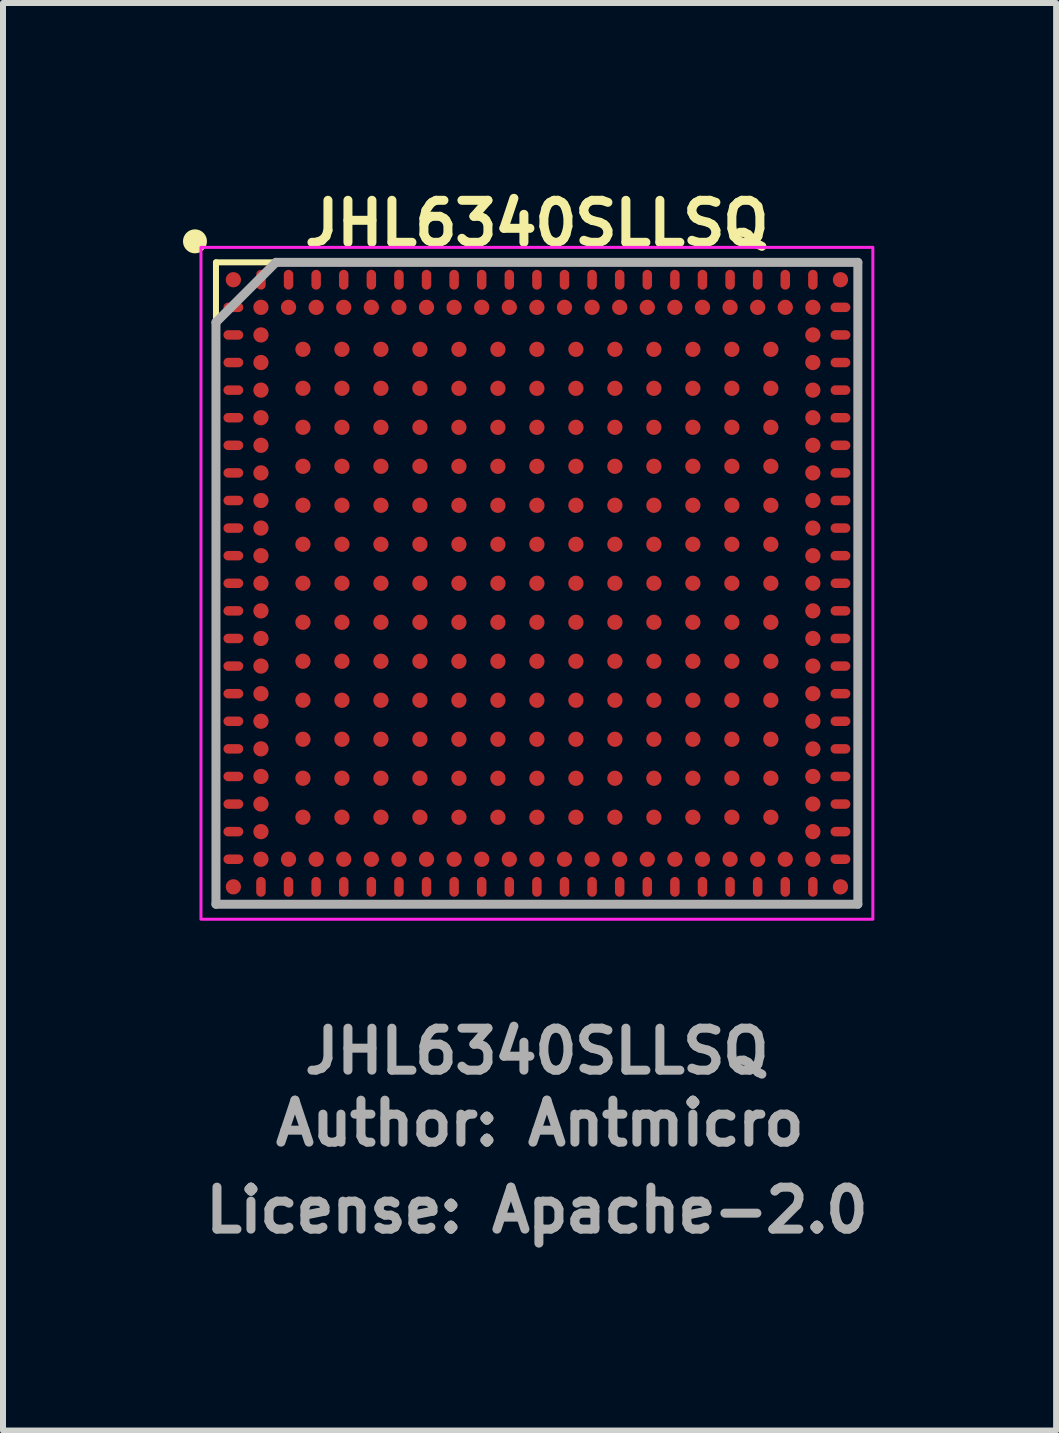
<source format=kicad_pcb>
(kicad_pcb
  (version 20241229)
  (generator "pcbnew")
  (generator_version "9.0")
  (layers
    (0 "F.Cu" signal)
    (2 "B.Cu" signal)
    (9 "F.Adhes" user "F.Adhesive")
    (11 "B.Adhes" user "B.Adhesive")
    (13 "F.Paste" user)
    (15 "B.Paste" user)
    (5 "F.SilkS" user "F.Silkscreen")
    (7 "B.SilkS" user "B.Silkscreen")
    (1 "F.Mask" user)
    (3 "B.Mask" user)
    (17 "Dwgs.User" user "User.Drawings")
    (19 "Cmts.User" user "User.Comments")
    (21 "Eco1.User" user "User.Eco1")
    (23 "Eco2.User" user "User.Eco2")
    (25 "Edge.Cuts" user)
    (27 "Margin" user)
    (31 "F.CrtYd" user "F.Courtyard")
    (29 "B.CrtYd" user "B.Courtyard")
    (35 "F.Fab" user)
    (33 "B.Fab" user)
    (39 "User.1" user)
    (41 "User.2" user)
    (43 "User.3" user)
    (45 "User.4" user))
  (footprint "JHL6340SLLSQ"
    (layer "F.Cu")
    (at 5.9 6.673)
    (property "Reference" "JHL6340SLLSQ" (at 0 -6 0) (unlocked yes) (layer "F.SilkS") (effects (font (size 0.7 0.7) (thickness 0.15))))
    (attr smd)
    (fp_line (start -5.35 5.35) (end -5.35 -5.35) (stroke (width 0.1) (type solid)) (layer "F.SilkS"))
    (fp_line (start -5.35 5.35) (end 5.35 5.35) (stroke (width 0.1) (type solid)) (layer "F.SilkS"))
    (fp_line (start 5.35 -5.35) (end -5.35 -5.35) (stroke (width 0.1) (type solid)) (layer "F.SilkS"))
    (fp_line (start 5.35 -5.35) (end 5.35 5.35) (stroke (width 0.1) (type solid)) (layer "F.SilkS"))
    (fp_circle (center -5.7 -5.7) (end -5.6 -5.7) (stroke (width 0.2) (type solid)) (fill no) (layer "F.SilkS"))
    (fp_rect (start -5.6 -5.6) (end 5.6 5.6) (stroke (width 0.05) (type solid)) (fill no) (layer "F.CrtYd"))
    (fp_line (start -5.35 5.35) (end -5.35 -4.35) (stroke (width 0.15) (type solid)) (layer "F.Fab"))
    (fp_line (start -4.35 -5.35) (end -5.35 -4.35) (stroke (width 0.15) (type solid)) (layer "F.Fab"))
    (fp_line (start -4.35 -5.35) (end 5.35 -5.35) (stroke (width 0.15) (type solid)) (layer "F.Fab"))
    (fp_line (start 5.35 -5.35) (end 5.35 5.35) (stroke (width 0.15) (type solid)) (layer "F.Fab"))
    (fp_line (start 5.35 5.35) (end -5.35 5.35) (stroke (width 0.15) (type solid)) (layer "F.Fab"))
    (fp_rect (start -5.35 -5.35) (end 5.35 5.35) (stroke (width 0.15) (type solid)) (fill no) (layer "User.5"))
    (fp_line (start -5.35 -5.35) (end 5.35 -5.35) (stroke (width 0.1) (type solid)) (layer "User.9"))
    (fp_line (start -5.35 5.35) (end -5.35 -5.35) (stroke (width 0.1) (type solid)) (layer "User.9"))
    (fp_line (start 5.35 -5.35) (end 5.35 5.35) (stroke (width 0.1) (type solid)) (layer "User.9"))
    (fp_line (start 5.35 5.35) (end -5.35 5.35) (stroke (width 0.1) (type solid)) (layer "User.9"))
    (fp_text user "${REFERENCE}" (at 0 7.8 0) (unlocked yes) (layer "F.Fab") (effects (font (size 0.7 0.7) (thickness 0.15))))
    (fp_text user "Author: Antmicro" (at 0.05 9 0) (layer "F.Fab") (effects (font (size 0.7 0.7) (thickness 0.15))))
    (fp_text user "License: Apache-2.0" (at 0 10.45 0) (layer "F.Fab") (effects (font (size 0.7 0.7) (thickness 0.15))))
    (pad "A1" smd circle (at -5.06 -5.06) (size 0.254 0.254) (layers "F.Cu" "F.Mask" "F.Paste"))
    (pad "A2" smd oval (at -4.6 -5.06) (size 0.158 0.33) (layers "F.Cu" "F.Mask" "F.Paste"))
    (pad "A3" smd oval (at -4.14 -5.06) (size 0.158 0.33) (layers "F.Cu" "F.Mask" "F.Paste"))
    (pad "A4" smd oval (at -3.68 -5.06) (size 0.158 0.33) (layers "F.Cu" "F.Mask" "F.Paste"))
    (pad "A5" smd oval (at -3.22 -5.06) (size 0.158 0.33) (layers "F.Cu" "F.Mask" "F.Paste"))
    (pad "A6" smd oval (at -2.76 -5.06) (size 0.158 0.33) (layers "F.Cu" "F.Mask" "F.Paste"))
    (pad "A7" smd oval (at -2.3 -5.06) (size 0.158 0.33) (layers "F.Cu" "F.Mask" "F.Paste"))
    (pad "A8" smd oval (at -1.84 -5.06) (size 0.158 0.33) (layers "F.Cu" "F.Mask" "F.Paste"))
    (pad "A9" smd oval (at -1.38 -5.06) (size 0.158 0.33) (layers "F.Cu" "F.Mask" "F.Paste"))
    (pad "A10" smd oval (at -0.92 -5.06) (size 0.158 0.33) (layers "F.Cu" "F.Mask" "F.Paste"))
    (pad "A11" smd oval (at -0.46 -5.06) (size 0.158 0.33) (layers "F.Cu" "F.Mask" "F.Paste"))
    (pad "A12" smd oval (at 0 -5.06) (size 0.158 0.33) (layers "F.Cu" "F.Mask" "F.Paste"))
    (pad "A13" smd oval (at 0.46 -5.06) (size 0.158 0.33) (layers "F.Cu" "F.Mask" "F.Paste"))
    (pad "A14" smd oval (at 0.92 -5.06) (size 0.158 0.33) (layers "F.Cu" "F.Mask" "F.Paste"))
    (pad "A15" smd oval (at 1.38 -5.06) (size 0.158 0.33) (layers "F.Cu" "F.Mask" "F.Paste"))
    (pad "A16" smd oval (at 1.84 -5.06) (size 0.158 0.33) (layers "F.Cu" "F.Mask" "F.Paste"))
    (pad "A17" smd oval (at 2.3 -5.06) (size 0.158 0.33) (layers "F.Cu" "F.Mask" "F.Paste"))
    (pad "A18" smd oval (at 2.76 -5.06) (size 0.158 0.33) (layers "F.Cu" "F.Mask" "F.Paste"))
    (pad "A19" smd oval (at 3.22 -5.06) (size 0.158 0.33) (layers "F.Cu" "F.Mask" "F.Paste"))
    (pad "A20" smd oval (at 3.68 -5.06) (size 0.158 0.33) (layers "F.Cu" "F.Mask" "F.Paste"))
    (pad "A21" smd oval (at 4.14 -5.06) (size 0.158 0.33) (layers "F.Cu" "F.Mask" "F.Paste"))
    (pad "A22" smd oval (at 4.6 -5.06) (size 0.158 0.33) (layers "F.Cu" "F.Mask" "F.Paste"))
    (pad "A23" smd circle (at 5.06 -5.06) (size 0.254 0.254) (layers "F.Cu" "F.Mask" "F.Paste"))
    (pad "AA1" smd oval (at -5.06 4.14 90) (size 0.158 0.33) (layers "F.Cu" "F.Mask" "F.Paste"))
    (pad "AA2" smd circle (at -4.6 4.14) (size 0.254 0.254) (layers "F.Cu" "F.Mask" "F.Paste"))
    (pad "AA22" smd circle (at 4.6 4.14) (size 0.254 0.254) (layers "F.Cu" "F.Mask" "F.Paste"))
    (pad "AA23" smd oval (at 5.06 4.14 90) (size 0.158 0.33) (layers "F.Cu" "F.Mask" "F.Paste"))
    (pad "AB1" smd oval (at -5.06 4.6 90) (size 0.158 0.33) (layers "F.Cu" "F.Mask" "F.Paste"))
    (pad "AB2" smd circle (at -4.6 4.6) (size 0.254 0.254) (layers "F.Cu" "F.Mask" "F.Paste"))
    (pad "AB3" smd circle (at -4.14 4.6) (size 0.254 0.254) (layers "F.Cu" "F.Mask" "F.Paste"))
    (pad "AB4" smd circle (at -3.68 4.6) (size 0.254 0.254) (layers "F.Cu" "F.Mask" "F.Paste"))
    (pad "AB5" smd circle (at -3.22 4.6) (size 0.254 0.254) (layers "F.Cu" "F.Mask" "F.Paste"))
    (pad "AB6" smd circle (at -2.76 4.6) (size 0.254 0.254) (layers "F.Cu" "F.Mask" "F.Paste"))
    (pad "AB7" smd circle (at -2.3 4.6) (size 0.254 0.254) (layers "F.Cu" "F.Mask" "F.Paste"))
    (pad "AB8" smd circle (at -1.84 4.6) (size 0.254 0.254) (layers "F.Cu" "F.Mask" "F.Paste"))
    (pad "AB9" smd circle (at -1.38 4.6) (size 0.254 0.254) (layers "F.Cu" "F.Mask" "F.Paste"))
    (pad "AB10" smd circle (at -0.92 4.6) (size 0.254 0.254) (layers "F.Cu" "F.Mask" "F.Paste"))
    (pad "AB11" smd circle (at -0.46 4.6) (size 0.254 0.254) (layers "F.Cu" "F.Mask" "F.Paste"))
    (pad "AB12" smd circle (at 0 4.6) (size 0.254 0.254) (layers "F.Cu" "F.Mask" "F.Paste"))
    (pad "AB13" smd circle (at 0.46 4.6) (size 0.254 0.254) (layers "F.Cu" "F.Mask" "F.Paste"))
    (pad "AB14" smd circle (at 0.92 4.6) (size 0.254 0.254) (layers "F.Cu" "F.Mask" "F.Paste"))
    (pad "AB15" smd circle (at 1.38 4.6) (size 0.254 0.254) (layers "F.Cu" "F.Mask" "F.Paste"))
    (pad "AB16" smd circle (at 1.84 4.6) (size 0.254 0.254) (layers "F.Cu" "F.Mask" "F.Paste"))
    (pad "AB17" smd circle (at 2.3 4.6) (size 0.254 0.254) (layers "F.Cu" "F.Mask" "F.Paste"))
    (pad "AB18" smd circle (at 2.76 4.6) (size 0.254 0.254) (layers "F.Cu" "F.Mask" "F.Paste"))
    (pad "AB19" smd circle (at 3.22 4.6) (size 0.254 0.254) (layers "F.Cu" "F.Mask" "F.Paste"))
    (pad "AB20" smd circle (at 3.68 4.6) (size 0.254 0.254) (layers "F.Cu" "F.Mask" "F.Paste"))
    (pad "AB21" smd circle (at 4.14 4.6) (size 0.254 0.254) (layers "F.Cu" "F.Mask" "F.Paste"))
    (pad "AB22" smd circle (at 4.6 4.6) (size 0.254 0.254) (layers "F.Cu" "F.Mask" "F.Paste"))
    (pad "AB23" smd oval (at 5.06 4.6 90) (size 0.158 0.33) (layers "F.Cu" "F.Mask" "F.Paste"))
    (pad "AC1" smd circle (at -5.06 5.06) (size 0.254 0.254) (layers "F.Cu" "F.Mask" "F.Paste"))
    (pad "AC2" smd oval (at -4.6 5.06) (size 0.158 0.33) (layers "F.Cu" "F.Mask" "F.Paste"))
    (pad "AC3" smd oval (at -4.14 5.06) (size 0.158 0.33) (layers "F.Cu" "F.Mask" "F.Paste"))
    (pad "AC4" smd oval (at -3.68 5.06) (size 0.158 0.33) (layers "F.Cu" "F.Mask" "F.Paste"))
    (pad "AC5" smd oval (at -3.22 5.06) (size 0.158 0.33) (layers "F.Cu" "F.Mask" "F.Paste"))
    (pad "AC6" smd oval (at -2.76 5.06) (size 0.158 0.33) (layers "F.Cu" "F.Mask" "F.Paste"))
    (pad "AC7" smd oval (at -2.3 5.06) (size 0.158 0.33) (layers "F.Cu" "F.Mask" "F.Paste"))
    (pad "AC8" smd oval (at -1.84 5.06) (size 0.158 0.33) (layers "F.Cu" "F.Mask" "F.Paste"))
    (pad "AC9" smd oval (at -1.38 5.06) (size 0.158 0.33) (layers "F.Cu" "F.Mask" "F.Paste"))
    (pad "AC10" smd oval (at -0.92 5.06) (size 0.158 0.33) (layers "F.Cu" "F.Mask" "F.Paste"))
    (pad "AC11" smd oval (at -0.46 5.06) (size 0.158 0.33) (layers "F.Cu" "F.Mask" "F.Paste"))
    (pad "AC12" smd oval (at 0 5.06) (size 0.158 0.33) (layers "F.Cu" "F.Mask" "F.Paste"))
    (pad "AC13" smd oval (at 0.46 5.06) (size 0.158 0.33) (layers "F.Cu" "F.Mask" "F.Paste"))
    (pad "AC14" smd oval (at 0.92 5.06) (size 0.158 0.33) (layers "F.Cu" "F.Mask" "F.Paste"))
    (pad "AC15" smd oval (at 1.38 5.06) (size 0.158 0.33) (layers "F.Cu" "F.Mask" "F.Paste"))
    (pad "AC16" smd oval (at 1.84 5.06) (size 0.158 0.33) (layers "F.Cu" "F.Mask" "F.Paste"))
    (pad "AC17" smd oval (at 2.3 5.06) (size 0.158 0.33) (layers "F.Cu" "F.Mask" "F.Paste"))
    (pad "AC18" smd oval (at 2.76 5.06) (size 0.158 0.33) (layers "F.Cu" "F.Mask" "F.Paste"))
    (pad "AC19" smd oval (at 3.22 5.06) (size 0.158 0.33) (layers "F.Cu" "F.Mask" "F.Paste"))
    (pad "AC20" smd oval (at 3.68 5.06) (size 0.158 0.33) (layers "F.Cu" "F.Mask" "F.Paste"))
    (pad "AC21" smd oval (at 4.14 5.06) (size 0.158 0.33) (layers "F.Cu" "F.Mask" "F.Paste"))
    (pad "AC22" smd oval (at 4.6 5.06) (size 0.158 0.33) (layers "F.Cu" "F.Mask" "F.Paste"))
    (pad "AC23" smd circle (at 5.06 5.06) (size 0.254 0.254) (layers "F.Cu" "F.Mask" "F.Paste"))
    (pad "B1" smd oval (at -5.06 -4.6 90) (size 0.158 0.33) (layers "F.Cu" "F.Mask" "F.Paste"))
    (pad "B2" smd circle (at -4.6 -4.6) (size 0.254 0.254) (layers "F.Cu" "F.Mask" "F.Paste"))
    (pad "B3" smd circle (at -4.14 -4.6) (size 0.254 0.254) (layers "F.Cu" "F.Mask" "F.Paste"))
    (pad "B4" smd circle (at -3.68 -4.6) (size 0.254 0.254) (layers "F.Cu" "F.Mask" "F.Paste"))
    (pad "B5" smd circle (at -3.22 -4.6) (size 0.254 0.254) (layers "F.Cu" "F.Mask" "F.Paste"))
    (pad "B6" smd circle (at -2.76 -4.6) (size 0.254 0.254) (layers "F.Cu" "F.Mask" "F.Paste"))
    (pad "B7" smd circle (at -2.3 -4.6) (size 0.254 0.254) (layers "F.Cu" "F.Mask" "F.Paste"))
    (pad "B8" smd circle (at -1.84 -4.6) (size 0.254 0.254) (layers "F.Cu" "F.Mask" "F.Paste"))
    (pad "B9" smd circle (at -1.38 -4.6) (size 0.254 0.254) (layers "F.Cu" "F.Mask" "F.Paste"))
    (pad "B10" smd circle (at -0.92 -4.6) (size 0.254 0.254) (layers "F.Cu" "F.Mask" "F.Paste"))
    (pad "B11" smd circle (at -0.46 -4.6) (size 0.254 0.254) (layers "F.Cu" "F.Mask" "F.Paste"))
    (pad "B12" smd circle (at 0 -4.6) (size 0.254 0.254) (layers "F.Cu" "F.Mask" "F.Paste"))
    (pad "B13" smd circle (at 0.46 -4.6) (size 0.254 0.254) (layers "F.Cu" "F.Mask" "F.Paste"))
    (pad "B14" smd circle (at 0.92 -4.6) (size 0.254 0.254) (layers "F.Cu" "F.Mask" "F.Paste"))
    (pad "B15" smd circle (at 1.38 -4.6) (size 0.254 0.254) (layers "F.Cu" "F.Mask" "F.Paste"))
    (pad "B16" smd circle (at 1.84 -4.6) (size 0.254 0.254) (layers "F.Cu" "F.Mask" "F.Paste"))
    (pad "B17" smd circle (at 2.3 -4.6) (size 0.254 0.254) (layers "F.Cu" "F.Mask" "F.Paste"))
    (pad "B18" smd circle (at 2.76 -4.6) (size 0.254 0.254) (layers "F.Cu" "F.Mask" "F.Paste"))
    (pad "B19" smd circle (at 3.22 -4.6) (size 0.254 0.254) (layers "F.Cu" "F.Mask" "F.Paste"))
    (pad "B20" smd circle (at 3.68 -4.6) (size 0.254 0.254) (layers "F.Cu" "F.Mask" "F.Paste"))
    (pad "B21" smd circle (at 4.14 -4.6) (size 0.254 0.254) (layers "F.Cu" "F.Mask" "F.Paste"))
    (pad "B22" smd circle (at 4.6 -4.6) (size 0.254 0.254) (layers "F.Cu" "F.Mask" "F.Paste"))
    (pad "B23" smd oval (at 5.06 -4.6 90) (size 0.158 0.33) (layers "F.Cu" "F.Mask" "F.Paste"))
    (pad "C1" smd oval (at -5.06 -4.14 90) (size 0.158 0.33) (layers "F.Cu" "F.Mask" "F.Paste"))
    (pad "C2" smd circle (at -4.6 -4.14) (size 0.254 0.254) (layers "F.Cu" "F.Mask" "F.Paste"))
    (pad "C22" smd circle (at 4.6 -4.14) (size 0.254 0.254) (layers "F.Cu" "F.Mask" "F.Paste"))
    (pad "C23" smd oval (at 5.06 -4.14 90) (size 0.158 0.33) (layers "F.Cu" "F.Mask" "F.Paste"))
    (pad "D1" smd oval (at -5.06 -3.68 90) (size 0.158 0.33) (layers "F.Cu" "F.Mask" "F.Paste"))
    (pad "D2" smd circle (at -4.6 -3.68) (size 0.254 0.254) (layers "F.Cu" "F.Mask" "F.Paste"))
    (pad "D4" smd circle (at -3.9 -3.9) (size 0.254 0.254) (layers "F.Cu" "F.Mask" "F.Paste"))
    (pad "D5" smd circle (at -3.25 -3.9) (size 0.254 0.254) (layers "F.Cu" "F.Mask" "F.Paste"))
    (pad "D6" smd circle (at -2.6 -3.9) (size 0.254 0.254) (layers "F.Cu" "F.Mask" "F.Paste"))
    (pad "D8" smd circle (at -1.95 -3.9) (size 0.254 0.254) (layers "F.Cu" "F.Mask" "F.Paste"))
    (pad "D9" smd circle (at -1.3 -3.9) (size 0.254 0.254) (layers "F.Cu" "F.Mask" "F.Paste"))
    (pad "D11" smd circle (at -0.65 -3.9) (size 0.254 0.254) (layers "F.Cu" "F.Mask" "F.Paste"))
    (pad "D12" smd circle (at 0 -3.9) (size 0.254 0.254) (layers "F.Cu" "F.Mask" "F.Paste"))
    (pad "D13" smd circle (at 0.65 -3.9) (size 0.254 0.254) (layers "F.Cu" "F.Mask" "F.Paste"))
    (pad "D15" smd circle (at 1.3 -3.9) (size 0.254 0.254) (layers "F.Cu" "F.Mask" "F.Paste"))
    (pad "D16" smd circle (at 1.95 -3.9) (size 0.254 0.254) (layers "F.Cu" "F.Mask" "F.Paste"))
    (pad "D18" smd circle (at 2.6 -3.9) (size 0.254 0.254) (layers "F.Cu" "F.Mask" "F.Paste"))
    (pad "D19" smd circle (at 3.25 -3.9) (size 0.254 0.254) (layers "F.Cu" "F.Mask" "F.Paste"))
    (pad "D20" smd circle (at 3.9 -3.9) (size 0.254 0.254) (layers "F.Cu" "F.Mask" "F.Paste"))
    (pad "D22" smd circle (at 4.6 -3.68) (size 0.254 0.254) (layers "F.Cu" "F.Mask" "F.Paste"))
    (pad "D23" smd oval (at 5.06 -3.68 90) (size 0.158 0.33) (layers "F.Cu" "F.Mask" "F.Paste"))
    (pad "E1" smd oval (at -5.06 -3.22 90) (size 0.158 0.33) (layers "F.Cu" "F.Mask" "F.Paste"))
    (pad "E2" smd circle (at -4.6 -3.22) (size 0.254 0.254) (layers "F.Cu" "F.Mask" "F.Paste"))
    (pad "E4" smd circle (at -3.9 -3.25) (size 0.254 0.254) (layers "F.Cu" "F.Mask" "F.Paste"))
    (pad "E5" smd circle (at -3.25 -3.25) (size 0.254 0.254) (layers "F.Cu" "F.Mask" "F.Paste"))
    (pad "E6" smd circle (at -2.6 -3.25) (size 0.254 0.254) (layers "F.Cu" "F.Mask" "F.Paste"))
    (pad "E8" smd circle (at -1.95 -3.25) (size 0.254 0.254) (layers "F.Cu" "F.Mask" "F.Paste"))
    (pad "E9" smd circle (at -1.3 -3.25) (size 0.254 0.254) (layers "F.Cu" "F.Mask" "F.Paste"))
    (pad "E11" smd circle (at -0.65 -3.25) (size 0.254 0.254) (layers "F.Cu" "F.Mask" "F.Paste"))
    (pad "E12" smd circle (at 0 -3.25) (size 0.254 0.254) (layers "F.Cu" "F.Mask" "F.Paste"))
    (pad "E13" smd circle (at 0.65 -3.25) (size 0.254 0.254) (layers "F.Cu" "F.Mask" "F.Paste"))
    (pad "E15" smd circle (at 1.3 -3.25) (size 0.254 0.254) (layers "F.Cu" "F.Mask" "F.Paste"))
    (pad "E16" smd circle (at 1.95 -3.25) (size 0.254 0.254) (layers "F.Cu" "F.Mask" "F.Paste"))
    (pad "E18" smd circle (at 2.6 -3.25) (size 0.254 0.254) (layers "F.Cu" "F.Mask" "F.Paste"))
    (pad "E19" smd circle (at 3.25 -3.25) (size 0.254 0.254) (layers "F.Cu" "F.Mask" "F.Paste"))
    (pad "E20" smd circle (at 3.9 -3.25) (size 0.254 0.254) (layers "F.Cu" "F.Mask" "F.Paste"))
    (pad "E22" smd circle (at 4.6 -3.22) (size 0.254 0.254) (layers "F.Cu" "F.Mask" "F.Paste"))
    (pad "E23" smd oval (at 5.06 -3.22 90) (size 0.158 0.33) (layers "F.Cu" "F.Mask" "F.Paste"))
    (pad "F1" smd oval (at -5.06 -2.76 90) (size 0.158 0.33) (layers "F.Cu" "F.Mask" "F.Paste"))
    (pad "F2" smd circle (at -4.6 -2.76) (size 0.254 0.254) (layers "F.Cu" "F.Mask" "F.Paste"))
    (pad "F4" smd circle (at -3.9 -2.6) (size 0.254 0.254) (layers "F.Cu" "F.Mask" "F.Paste"))
    (pad "F5" smd circle (at -3.25 -2.6) (size 0.254 0.254) (layers "F.Cu" "F.Mask" "F.Paste"))
    (pad "F6" smd circle (at -2.6 -2.6) (size 0.254 0.254) (layers "F.Cu" "F.Mask" "F.Paste"))
    (pad "F8" smd circle (at -1.95 -2.6) (size 0.254 0.254) (layers "F.Cu" "F.Mask" "F.Paste"))
    (pad "F9" smd circle (at -1.3 -2.6) (size 0.254 0.254) (layers "F.Cu" "F.Mask" "F.Paste"))
    (pad "F11" smd circle (at -0.65 -2.6) (size 0.254 0.254) (layers "F.Cu" "F.Mask" "F.Paste"))
    (pad "F12" smd circle (at 0 -2.6) (size 0.254 0.254) (layers "F.Cu" "F.Mask" "F.Paste"))
    (pad "F13" smd circle (at 0.65 -2.6) (size 0.254 0.254) (layers "F.Cu" "F.Mask" "F.Paste"))
    (pad "F15" smd circle (at 1.3 -2.6) (size 0.254 0.254) (layers "F.Cu" "F.Mask" "F.Paste"))
    (pad "F16" smd circle (at 1.95 -2.6) (size 0.254 0.254) (layers "F.Cu" "F.Mask" "F.Paste"))
    (pad "F18" smd circle (at 2.6 -2.6) (size 0.254 0.254) (layers "F.Cu" "F.Mask" "F.Paste"))
    (pad "F19" smd circle (at 3.25 -2.6) (size 0.254 0.254) (layers "F.Cu" "F.Mask" "F.Paste"))
    (pad "F20" smd circle (at 3.9 -2.6) (size 0.254 0.254) (layers "F.Cu" "F.Mask" "F.Paste"))
    (pad "F22" smd circle (at 4.6 -2.76) (size 0.254 0.254) (layers "F.Cu" "F.Mask" "F.Paste"))
    (pad "F23" smd oval (at 5.06 -2.76 90) (size 0.158 0.33) (layers "F.Cu" "F.Mask" "F.Paste"))
    (pad "G1" smd oval (at -5.06 -2.3 90) (size 0.158 0.33) (layers "F.Cu" "F.Mask" "F.Paste"))
    (pad "G2" smd circle (at -4.6 -2.3) (size 0.254 0.254) (layers "F.Cu" "F.Mask" "F.Paste"))
    (pad "G22" smd circle (at 4.6 -2.3) (size 0.254 0.254) (layers "F.Cu" "F.Mask" "F.Paste"))
    (pad "G23" smd oval (at 5.06 -2.3 90) (size 0.158 0.33) (layers "F.Cu" "F.Mask" "F.Paste"))
    (pad "H1" smd oval (at -5.06 -1.84 90) (size 0.158 0.33) (layers "F.Cu" "F.Mask" "F.Paste"))
    (pad "H2" smd circle (at -4.6 -1.84) (size 0.254 0.254) (layers "F.Cu" "F.Mask" "F.Paste"))
    (pad "H4" smd circle (at -3.9 -1.95) (size 0.254 0.254) (layers "F.Cu" "F.Mask" "F.Paste"))
    (pad "H5" smd circle (at -3.25 -1.95) (size 0.254 0.254) (layers "F.Cu" "F.Mask" "F.Paste"))
    (pad "H6" smd circle (at -2.6 -1.95) (size 0.254 0.254) (layers "F.Cu" "F.Mask" "F.Paste"))
    (pad "H8" smd circle (at -1.95 -1.95) (size 0.254 0.254) (layers "F.Cu" "F.Mask" "F.Paste"))
    (pad "H9" smd circle (at -1.3 -1.95) (size 0.254 0.254) (layers "F.Cu" "F.Mask" "F.Paste"))
    (pad "H11" smd circle (at -0.65 -1.95) (size 0.254 0.254) (layers "F.Cu" "F.Mask" "F.Paste"))
    (pad "H12" smd circle (at 0 -1.95) (size 0.254 0.254) (layers "F.Cu" "F.Mask" "F.Paste"))
    (pad "H13" smd circle (at 0.65 -1.95) (size 0.254 0.254) (layers "F.Cu" "F.Mask" "F.Paste"))
    (pad "H15" smd circle (at 1.3 -1.95) (size 0.254 0.254) (layers "F.Cu" "F.Mask" "F.Paste"))
    (pad "H16" smd circle (at 1.95 -1.95) (size 0.254 0.254) (layers "F.Cu" "F.Mask" "F.Paste"))
    (pad "H18" smd circle (at 2.6 -1.95) (size 0.254 0.254) (layers "F.Cu" "F.Mask" "F.Paste"))
    (pad "H19" smd circle (at 3.25 -1.95) (size 0.254 0.254) (layers "F.Cu" "F.Mask" "F.Paste"))
    (pad "H20" smd circle (at 3.9 -1.95) (size 0.254 0.254) (layers "F.Cu" "F.Mask" "F.Paste"))
    (pad "H22" smd circle (at 4.6 -1.84) (size 0.254 0.254) (layers "F.Cu" "F.Mask" "F.Paste"))
    (pad "H23" smd oval (at 5.06 -1.84 90) (size 0.158 0.33) (layers "F.Cu" "F.Mask" "F.Paste"))
    (pad "J1" smd oval (at -5.06 -1.38 90) (size 0.158 0.33) (layers "F.Cu" "F.Mask" "F.Paste"))
    (pad "J2" smd circle (at -4.6 -1.38) (size 0.254 0.254) (layers "F.Cu" "F.Mask" "F.Paste"))
    (pad "J4" smd circle (at -3.9 -1.3) (size 0.254 0.254) (layers "F.Cu" "F.Mask" "F.Paste"))
    (pad "J5" smd circle (at -3.25 -1.3) (size 0.254 0.254) (layers "F.Cu" "F.Mask" "F.Paste"))
    (pad "J6" smd circle (at -2.6 -1.3) (size 0.254 0.254) (layers "F.Cu" "F.Mask" "F.Paste"))
    (pad "J8" smd circle (at -1.95 -1.3) (size 0.254 0.254) (layers "F.Cu" "F.Mask" "F.Paste"))
    (pad "J9" smd circle (at -1.3 -1.3) (size 0.254 0.254) (layers "F.Cu" "F.Mask" "F.Paste"))
    (pad "J11" smd circle (at -0.65 -1.3) (size 0.254 0.254) (layers "F.Cu" "F.Mask" "F.Paste"))
    (pad "J12" smd circle (at 0 -1.3) (size 0.254 0.254) (layers "F.Cu" "F.Mask" "F.Paste"))
    (pad "J13" smd circle (at 0.65 -1.3) (size 0.254 0.254) (layers "F.Cu" "F.Mask" "F.Paste"))
    (pad "J15" smd circle (at 1.3 -1.3) (size 0.254 0.254) (layers "F.Cu" "F.Mask" "F.Paste"))
    (pad "J16" smd circle (at 1.95 -1.3) (size 0.254 0.254) (layers "F.Cu" "F.Mask" "F.Paste"))
    (pad "J18" smd circle (at 2.6 -1.3) (size 0.254 0.254) (layers "F.Cu" "F.Mask" "F.Paste"))
    (pad "J19" smd circle (at 3.25 -1.3) (size 0.254 0.254) (layers "F.Cu" "F.Mask" "F.Paste"))
    (pad "J20" smd circle (at 3.9 -1.3) (size 0.254 0.254) (layers "F.Cu" "F.Mask" "F.Paste"))
    (pad "J22" smd circle (at 4.6 -1.38) (size 0.254 0.254) (layers "F.Cu" "F.Mask" "F.Paste"))
    (pad "J23" smd oval (at 5.06 -1.38 90) (size 0.158 0.33) (layers "F.Cu" "F.Mask" "F.Paste"))
    (pad "K1" smd oval (at -5.06 -0.92 90) (size 0.158 0.33) (layers "F.Cu" "F.Mask" "F.Paste"))
    (pad "K2" smd circle (at -4.6 -0.92) (size 0.254 0.254) (layers "F.Cu" "F.Mask" "F.Paste"))
    (pad "K22" smd circle (at 4.6 -0.92) (size 0.254 0.254) (layers "F.Cu" "F.Mask" "F.Paste"))
    (pad "K23" smd oval (at 5.06 -0.92 90) (size 0.158 0.33) (layers "F.Cu" "F.Mask" "F.Paste"))
    (pad "L1" smd oval (at -5.06 -0.46 90) (size 0.158 0.33) (layers "F.Cu" "F.Mask" "F.Paste"))
    (pad "L2" smd circle (at -4.6 -0.46) (size 0.254 0.254) (layers "F.Cu" "F.Mask" "F.Paste"))
    (pad "L4" smd circle (at -3.9 -0.65) (size 0.254 0.254) (layers "F.Cu" "F.Mask" "F.Paste"))
    (pad "L5" smd circle (at -3.25 -0.65) (size 0.254 0.254) (layers "F.Cu" "F.Mask" "F.Paste"))
    (pad "L6" smd circle (at -2.6 -0.65) (size 0.254 0.254) (layers "F.Cu" "F.Mask" "F.Paste"))
    (pad "L8" smd circle (at -1.95 -0.65) (size 0.254 0.254) (layers "F.Cu" "F.Mask" "F.Paste"))
    (pad "L9" smd circle (at -1.3 -0.65) (size 0.254 0.254) (layers "F.Cu" "F.Mask" "F.Paste"))
    (pad "L11" smd circle (at -0.65 -0.65) (size 0.254 0.254) (layers "F.Cu" "F.Mask" "F.Paste"))
    (pad "L12" smd circle (at 0 -0.65) (size 0.254 0.254) (layers "F.Cu" "F.Mask" "F.Paste"))
    (pad "L13" smd circle (at 0.65 -0.65) (size 0.254 0.254) (layers "F.Cu" "F.Mask" "F.Paste"))
    (pad "L15" smd circle (at 1.3 -0.65) (size 0.254 0.254) (layers "F.Cu" "F.Mask" "F.Paste"))
    (pad "L16" smd circle (at 1.95 -0.65) (size 0.254 0.254) (layers "F.Cu" "F.Mask" "F.Paste"))
    (pad "L18" smd circle (at 2.6 -0.65) (size 0.254 0.254) (layers "F.Cu" "F.Mask" "F.Paste"))
    (pad "L19" smd circle (at 3.25 -0.65) (size 0.254 0.254) (layers "F.Cu" "F.Mask" "F.Paste"))
    (pad "L20" smd circle (at 3.9 -0.65) (size 0.254 0.254) (layers "F.Cu" "F.Mask" "F.Paste"))
    (pad "L22" smd circle (at 4.6 -0.46) (size 0.254 0.254) (layers "F.Cu" "F.Mask" "F.Paste"))
    (pad "L23" smd oval (at 5.06 -0.46 90) (size 0.158 0.33) (layers "F.Cu" "F.Mask" "F.Paste"))
    (pad "M1" smd oval (at -5.06 0 90) (size 0.158 0.33) (layers "F.Cu" "F.Mask" "F.Paste"))
    (pad "M2" smd circle (at -4.6 0) (size 0.254 0.254) (layers "F.Cu" "F.Mask" "F.Paste"))
    (pad "M4" smd circle (at -3.9 0) (size 0.254 0.254) (layers "F.Cu" "F.Mask" "F.Paste"))
    (pad "M5" smd circle (at -3.25 0) (size 0.254 0.254) (layers "F.Cu" "F.Mask" "F.Paste"))
    (pad "M6" smd circle (at -2.6 0) (size 0.254 0.254) (layers "F.Cu" "F.Mask" "F.Paste"))
    (pad "M8" smd circle (at -1.95 0) (size 0.254 0.254) (layers "F.Cu" "F.Mask" "F.Paste"))
    (pad "M9" smd circle (at -1.3 0) (size 0.254 0.254) (layers "F.Cu" "F.Mask" "F.Paste"))
    (pad "M11" smd circle (at -0.65 0) (size 0.254 0.254) (layers "F.Cu" "F.Mask" "F.Paste"))
    (pad "M12" smd circle (at 0 0) (size 0.254 0.254) (layers "F.Cu" "F.Mask" "F.Paste"))
    (pad "M13" smd circle (at 0.65 0) (size 0.254 0.254) (layers "F.Cu" "F.Mask" "F.Paste"))
    (pad "M15" smd circle (at 1.3 0) (size 0.254 0.254) (layers "F.Cu" "F.Mask" "F.Paste"))
    (pad "M16" smd circle (at 1.95 0) (size 0.254 0.254) (layers "F.Cu" "F.Mask" "F.Paste"))
    (pad "M18" smd circle (at 2.6 0) (size 0.254 0.254) (layers "F.Cu" "F.Mask" "F.Paste"))
    (pad "M19" smd circle (at 3.25 0) (size 0.254 0.254) (layers "F.Cu" "F.Mask" "F.Paste"))
    (pad "M20" smd circle (at 3.9 0) (size 0.254 0.254) (layers "F.Cu" "F.Mask" "F.Paste"))
    (pad "M22" smd circle (at 4.6 0) (size 0.254 0.254) (layers "F.Cu" "F.Mask" "F.Paste"))
    (pad "M23" smd oval (at 5.06 0 90) (size 0.158 0.33) (layers "F.Cu" "F.Mask" "F.Paste"))
    (pad "N1" smd oval (at -5.06 0.46 90) (size 0.158 0.33) (layers "F.Cu" "F.Mask" "F.Paste"))
    (pad "N2" smd circle (at -4.6 0.46) (size 0.254 0.254) (layers "F.Cu" "F.Mask" "F.Paste"))
    (pad "N4" smd circle (at -3.9 0.65) (size 0.254 0.254) (layers "F.Cu" "F.Mask" "F.Paste"))
    (pad "N5" smd circle (at -3.25 0.65) (size 0.254 0.254) (layers "F.Cu" "F.Mask" "F.Paste"))
    (pad "N6" smd circle (at -2.6 0.65) (size 0.254 0.254) (layers "F.Cu" "F.Mask" "F.Paste"))
    (pad "N8" smd circle (at -1.95 0.65) (size 0.254 0.254) (layers "F.Cu" "F.Mask" "F.Paste"))
    (pad "N9" smd circle (at -1.3 0.65) (size 0.254 0.254) (layers "F.Cu" "F.Mask" "F.Paste"))
    (pad "N11" smd circle (at -0.65 0.65) (size 0.254 0.254) (layers "F.Cu" "F.Mask" "F.Paste"))
    (pad "N12" smd circle (at 0 0.65) (size 0.254 0.254) (layers "F.Cu" "F.Mask" "F.Paste"))
    (pad "N13" smd circle (at 0.65 0.65) (size 0.254 0.254) (layers "F.Cu" "F.Mask" "F.Paste"))
    (pad "N15" smd circle (at 1.3 0.65) (size 0.254 0.254) (layers "F.Cu" "F.Mask" "F.Paste"))
    (pad "N16" smd circle (at 1.95 0.65) (size 0.254 0.254) (layers "F.Cu" "F.Mask" "F.Paste"))
    (pad "N18" smd circle (at 2.6 0.65) (size 0.254 0.254) (layers "F.Cu" "F.Mask" "F.Paste"))
    (pad "N19" smd circle (at 3.25 0.65) (size 0.254 0.254) (layers "F.Cu" "F.Mask" "F.Paste"))
    (pad "N20" smd circle (at 3.9 0.65) (size 0.254 0.254) (layers "F.Cu" "F.Mask" "F.Paste"))
    (pad "N22" smd circle (at 4.6 0.46) (size 0.254 0.254) (layers "F.Cu" "F.Mask" "F.Paste"))
    (pad "N23" smd oval (at 5.06 0.46 90) (size 0.158 0.33) (layers "F.Cu" "F.Mask" "F.Paste"))
    (pad "P1" smd oval (at -5.06 0.92 90) (size 0.158 0.33) (layers "F.Cu" "F.Mask" "F.Paste"))
    (pad "P2" smd circle (at -4.6 0.92) (size 0.254 0.254) (layers "F.Cu" "F.Mask" "F.Paste"))
    (pad "P22" smd circle (at 4.6 0.92) (size 0.254 0.254) (layers "F.Cu" "F.Mask" "F.Paste"))
    (pad "P23" smd oval (at 5.06 0.92 90) (size 0.158 0.33) (layers "F.Cu" "F.Mask" "F.Paste"))
    (pad "R1" smd oval (at -5.06 1.38 90) (size 0.158 0.33) (layers "F.Cu" "F.Mask" "F.Paste"))
    (pad "R2" smd circle (at -4.6 1.38) (size 0.254 0.254) (layers "F.Cu" "F.Mask" "F.Paste"))
    (pad "R4" smd circle (at -3.9 1.3) (size 0.254 0.254) (layers "F.Cu" "F.Mask" "F.Paste"))
    (pad "R5" smd circle (at -3.25 1.3) (size 0.254 0.254) (layers "F.Cu" "F.Mask" "F.Paste"))
    (pad "R6" smd circle (at -2.6 1.3) (size 0.254 0.254) (layers "F.Cu" "F.Mask" "F.Paste"))
    (pad "R8" smd circle (at -1.95 1.3) (size 0.254 0.254) (layers "F.Cu" "F.Mask" "F.Paste"))
    (pad "R9" smd circle (at -1.3 1.3) (size 0.254 0.254) (layers "F.Cu" "F.Mask" "F.Paste"))
    (pad "R11" smd circle (at -0.65 1.3) (size 0.254 0.254) (layers "F.Cu" "F.Mask" "F.Paste"))
    (pad "R12" smd circle (at 0 1.3) (size 0.254 0.254) (layers "F.Cu" "F.Mask" "F.Paste"))
    (pad "R13" smd circle (at 0.65 1.3) (size 0.254 0.254) (layers "F.Cu" "F.Mask" "F.Paste"))
    (pad "R15" smd circle (at 1.3 1.3) (size 0.254 0.254) (layers "F.Cu" "F.Mask" "F.Paste"))
    (pad "R16" smd circle (at 1.95 1.3) (size 0.254 0.254) (layers "F.Cu" "F.Mask" "F.Paste"))
    (pad "R18" smd circle (at 2.6 1.3) (size 0.254 0.254) (layers "F.Cu" "F.Mask" "F.Paste"))
    (pad "R19" smd circle (at 3.25 1.3) (size 0.254 0.254) (layers "F.Cu" "F.Mask" "F.Paste"))
    (pad "R20" smd circle (at 3.9 1.3) (size 0.254 0.254) (layers "F.Cu" "F.Mask" "F.Paste"))
    (pad "R22" smd circle (at 4.6 1.38) (size 0.254 0.254) (layers "F.Cu" "F.Mask" "F.Paste"))
    (pad "R23" smd oval (at 5.06 1.38 90) (size 0.158 0.33) (layers "F.Cu" "F.Mask" "F.Paste"))
    (pad "T1" smd oval (at -5.06 1.84 90) (size 0.158 0.33) (layers "F.Cu" "F.Mask" "F.Paste"))
    (pad "T2" smd circle (at -4.6 1.84) (size 0.254 0.254) (layers "F.Cu" "F.Mask" "F.Paste"))
    (pad "T4" smd circle (at -3.9 1.95) (size 0.254 0.254) (layers "F.Cu" "F.Mask" "F.Paste"))
    (pad "T5" smd circle (at -3.25 1.95) (size 0.254 0.254) (layers "F.Cu" "F.Mask" "F.Paste"))
    (pad "T6" smd circle (at -2.6 1.95) (size 0.254 0.254) (layers "F.Cu" "F.Mask" "F.Paste"))
    (pad "T8" smd circle (at -1.95 1.95) (size 0.254 0.254) (layers "F.Cu" "F.Mask" "F.Paste"))
    (pad "T9" smd circle (at -1.3 1.95) (size 0.254 0.254) (layers "F.Cu" "F.Mask" "F.Paste"))
    (pad "T11" smd circle (at -0.65 1.95) (size 0.254 0.254) (layers "F.Cu" "F.Mask" "F.Paste"))
    (pad "T12" smd circle (at 0 1.95) (size 0.254 0.254) (layers "F.Cu" "F.Mask" "F.Paste"))
    (pad "T13" smd circle (at 0.65 1.95) (size 0.254 0.254) (layers "F.Cu" "F.Mask" "F.Paste"))
    (pad "T15" smd circle (at 1.3 1.95) (size 0.254 0.254) (layers "F.Cu" "F.Mask" "F.Paste"))
    (pad "T16" smd circle (at 1.95 1.95) (size 0.254 0.254) (layers "F.Cu" "F.Mask" "F.Paste"))
    (pad "T18" smd circle (at 2.6 1.95) (size 0.254 0.254) (layers "F.Cu" "F.Mask" "F.Paste"))
    (pad "T19" smd circle (at 3.25 1.95) (size 0.254 0.254) (layers "F.Cu" "F.Mask" "F.Paste"))
    (pad "T20" smd circle (at 3.9 1.95) (size 0.254 0.254) (layers "F.Cu" "F.Mask" "F.Paste"))
    (pad "T22" smd circle (at 4.6 1.84) (size 0.254 0.254) (layers "F.Cu" "F.Mask" "F.Paste"))
    (pad "T23" smd oval (at 5.06 1.84 90) (size 0.158 0.33) (layers "F.Cu" "F.Mask" "F.Paste"))
    (pad "U1" smd oval (at -5.06 2.3 90) (size 0.158 0.33) (layers "F.Cu" "F.Mask" "F.Paste"))
    (pad "U2" smd circle (at -4.6 2.3) (size 0.254 0.254) (layers "F.Cu" "F.Mask" "F.Paste"))
    (pad "U22" smd circle (at 4.6 2.3) (size 0.254 0.254) (layers "F.Cu" "F.Mask" "F.Paste"))
    (pad "U23" smd oval (at 5.06 2.3 90) (size 0.158 0.33) (layers "F.Cu" "F.Mask" "F.Paste"))
    (pad "V1" smd oval (at -5.06 2.76 90) (size 0.158 0.33) (layers "F.Cu" "F.Mask" "F.Paste"))
    (pad "V2" smd circle (at -4.6 2.76) (size 0.254 0.254) (layers "F.Cu" "F.Mask" "F.Paste"))
    (pad "V4" smd circle (at -3.9 2.6) (size 0.254 0.254) (layers "F.Cu" "F.Mask" "F.Paste"))
    (pad "V5" smd circle (at -3.25 2.6) (size 0.254 0.254) (layers "F.Cu" "F.Mask" "F.Paste"))
    (pad "V6" smd circle (at -2.6 2.6) (size 0.254 0.254) (layers "F.Cu" "F.Mask" "F.Paste"))
    (pad "V8" smd circle (at -1.95 2.6) (size 0.254 0.254) (layers "F.Cu" "F.Mask" "F.Paste"))
    (pad "V9" smd circle (at -1.3 2.6) (size 0.254 0.254) (layers "F.Cu" "F.Mask" "F.Paste"))
    (pad "V11" smd circle (at -0.65 2.6) (size 0.254 0.254) (layers "F.Cu" "F.Mask" "F.Paste"))
    (pad "V12" smd circle (at 0 2.6) (size 0.254 0.254) (layers "F.Cu" "F.Mask" "F.Paste"))
    (pad "V13" smd circle (at 0.65 2.6) (size 0.254 0.254) (layers "F.Cu" "F.Mask" "F.Paste"))
    (pad "V15" smd circle (at 1.3 2.6) (size 0.254 0.254) (layers "F.Cu" "F.Mask" "F.Paste"))
    (pad "V16" smd circle (at 1.95 2.6) (size 0.254 0.254) (layers "F.Cu" "F.Mask" "F.Paste"))
    (pad "V18" smd circle (at 2.6 2.6) (size 0.254 0.254) (layers "F.Cu" "F.Mask" "F.Paste"))
    (pad "V19" smd circle (at 3.25 2.6) (size 0.254 0.254) (layers "F.Cu" "F.Mask" "F.Paste"))
    (pad "V20" smd circle (at 3.9 2.6) (size 0.254 0.254) (layers "F.Cu" "F.Mask" "F.Paste"))
    (pad "V22" smd circle (at 4.6 2.76) (size 0.254 0.254) (layers "F.Cu" "F.Mask" "F.Paste"))
    (pad "V23" smd oval (at 5.06 2.76 90) (size 0.158 0.33) (layers "F.Cu" "F.Mask" "F.Paste"))
    (pad "W1" smd oval (at -5.06 3.22 90) (size 0.158 0.33) (layers "F.Cu" "F.Mask" "F.Paste"))
    (pad "W2" smd circle (at -4.6 3.22) (size 0.254 0.254) (layers "F.Cu" "F.Mask" "F.Paste"))
    (pad "W4" smd circle (at -3.9 3.25) (size 0.254 0.254) (layers "F.Cu" "F.Mask" "F.Paste"))
    (pad "W5" smd circle (at -3.25 3.25) (size 0.254 0.254) (layers "F.Cu" "F.Mask" "F.Paste"))
    (pad "W6" smd circle (at -2.6 3.25) (size 0.254 0.254) (layers "F.Cu" "F.Mask" "F.Paste"))
    (pad "W8" smd circle (at -1.95 3.25) (size 0.254 0.254) (layers "F.Cu" "F.Mask" "F.Paste"))
    (pad "W9" smd circle (at -1.3 3.25) (size 0.254 0.254) (layers "F.Cu" "F.Mask" "F.Paste"))
    (pad "W11" smd circle (at -0.65 3.25) (size 0.254 0.254) (layers "F.Cu" "F.Mask" "F.Paste"))
    (pad "W12" smd circle (at 0 3.25) (size 0.254 0.254) (layers "F.Cu" "F.Mask" "F.Paste"))
    (pad "W13" smd circle (at 0.65 3.25) (size 0.254 0.254) (layers "F.Cu" "F.Mask" "F.Paste"))
    (pad "W15" smd circle (at 1.3 3.25) (size 0.254 0.254) (layers "F.Cu" "F.Mask" "F.Paste"))
    (pad "W16" smd circle (at 1.95 3.25) (size 0.254 0.254) (layers "F.Cu" "F.Mask" "F.Paste"))
    (pad "W18" smd circle (at 2.6 3.25) (size 0.254 0.254) (layers "F.Cu" "F.Mask" "F.Paste"))
    (pad "W19" smd circle (at 3.25 3.25) (size 0.254 0.254) (layers "F.Cu" "F.Mask" "F.Paste"))
    (pad "W20" smd circle (at 3.9 3.25) (size 0.254 0.254) (layers "F.Cu" "F.Mask" "F.Paste"))
    (pad "W22" smd circle (at 4.6 3.22) (size 0.254 0.254) (layers "F.Cu" "F.Mask" "F.Paste"))
    (pad "W23" smd oval (at 5.06 3.22 90) (size 0.158 0.33) (layers "F.Cu" "F.Mask" "F.Paste"))
    (pad "Y1" smd oval (at -5.06 3.68 90) (size 0.158 0.33) (layers "F.Cu" "F.Mask" "F.Paste"))
    (pad "Y2" smd circle (at -4.6 3.68) (size 0.254 0.254) (layers "F.Cu" "F.Mask" "F.Paste"))
    (pad "Y4" smd circle (at -3.9 3.9) (size 0.254 0.254) (layers "F.Cu" "F.Mask" "F.Paste"))
    (pad "Y5" smd circle (at -3.25 3.9) (size 0.254 0.254) (layers "F.Cu" "F.Mask" "F.Paste"))
    (pad "Y6" smd circle (at -2.6 3.9) (size 0.254 0.254) (layers "F.Cu" "F.Mask" "F.Paste"))
    (pad "Y8" smd circle (at -1.95 3.9) (size 0.254 0.254) (layers "F.Cu" "F.Mask" "F.Paste"))
    (pad "Y9" smd circle (at -1.3 3.9) (size 0.254 0.254) (layers "F.Cu" "F.Mask" "F.Paste"))
    (pad "Y11" smd circle (at -0.65 3.9) (size 0.254 0.254) (layers "F.Cu" "F.Mask" "F.Paste"))
    (pad "Y12" smd circle (at 0 3.9) (size 0.254 0.254) (layers "F.Cu" "F.Mask" "F.Paste"))
    (pad "Y13" smd circle (at 0.65 3.9) (size 0.254 0.254) (layers "F.Cu" "F.Mask" "F.Paste"))
    (pad "Y15" smd circle (at 1.3 3.9) (size 0.254 0.254) (layers "F.Cu" "F.Mask" "F.Paste"))
    (pad "Y16" smd circle (at 1.95 3.9) (size 0.254 0.254) (layers "F.Cu" "F.Mask" "F.Paste"))
    (pad "Y18" smd circle (at 2.6 3.9) (size 0.254 0.254) (layers "F.Cu" "F.Mask" "F.Paste"))
    (pad "Y19" smd circle (at 3.25 3.9) (size 0.254 0.254) (layers "F.Cu" "F.Mask" "F.Paste"))
    (pad "Y20" smd circle (at 3.9 3.9) (size 0.254 0.254) (layers "F.Cu" "F.Mask" "F.Paste"))
    (pad "Y22" smd circle (at 4.6 3.68) (size 0.254 0.254) (layers "F.Cu" "F.Mask" "F.Paste"))
    (pad "Y23" smd oval (at 5.06 3.68 90) (size 0.158 0.33) (layers "F.Cu" "F.Mask" "F.Paste")))
  (gr_rect
    (start -3 -3)
    (end 14.555 20.796)
    (stroke (width 0.1) (type default))
    (fill no)
    (layer "Edge.Cuts")))
</source>
